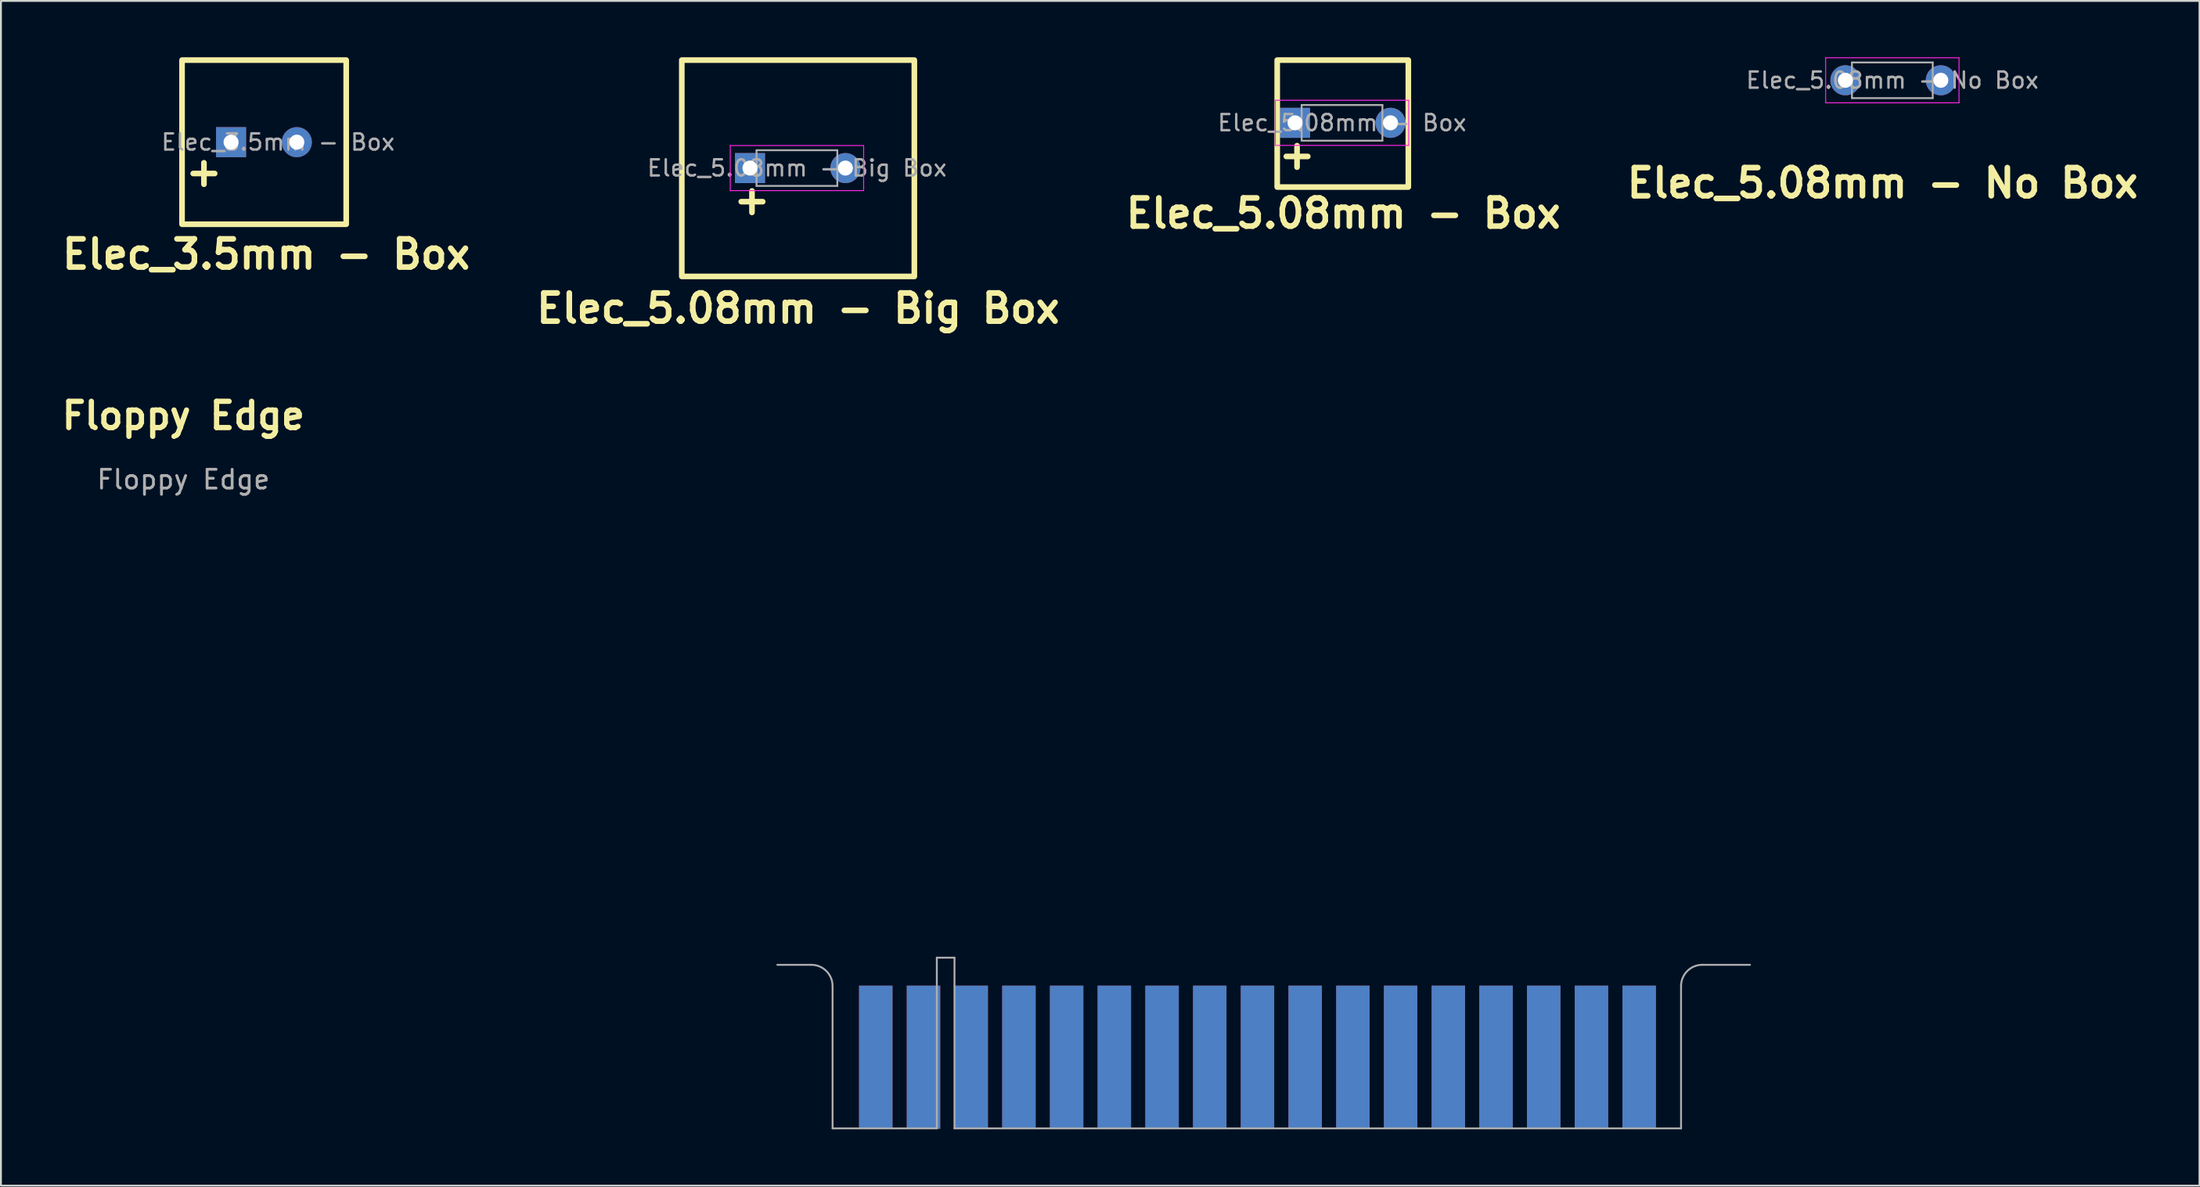
<source format=kicad_pcb>
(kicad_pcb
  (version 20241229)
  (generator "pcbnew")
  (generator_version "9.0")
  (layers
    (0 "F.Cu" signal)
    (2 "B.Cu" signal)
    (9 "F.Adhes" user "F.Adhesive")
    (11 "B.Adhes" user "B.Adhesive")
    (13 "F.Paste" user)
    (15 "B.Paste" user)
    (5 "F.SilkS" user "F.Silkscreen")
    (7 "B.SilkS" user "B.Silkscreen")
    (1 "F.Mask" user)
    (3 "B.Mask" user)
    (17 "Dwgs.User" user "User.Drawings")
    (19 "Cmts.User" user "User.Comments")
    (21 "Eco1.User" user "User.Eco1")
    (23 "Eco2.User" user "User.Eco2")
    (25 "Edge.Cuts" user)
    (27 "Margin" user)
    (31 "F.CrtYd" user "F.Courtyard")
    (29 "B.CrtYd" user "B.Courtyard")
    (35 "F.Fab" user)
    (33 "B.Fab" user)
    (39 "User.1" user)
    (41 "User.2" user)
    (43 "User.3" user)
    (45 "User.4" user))
  (footprint "Elec_5.08mm - Box"
    (layer "F.Cu")
    (at 65.894 3.49)
    (property "Reference" "Elec_5.08mm - Box" (at 2.57 4.82 0) (layer "F.SilkS") (effects (font (size 1.5 1.5) (thickness 0.3) (bold yes))))
    (attr through_hole)
    (fp_rect (start -0.95 -3.34) (end 6.03 3.42) (stroke (width 0.3) (type default)) (fill no) (layer "F.SilkS"))
    (fp_line (start -1.05 -1.2) (end -1.05 1.2) (stroke (width 0.05) (type solid)) (layer "F.CrtYd"))
    (fp_line (start -1.05 1.2) (end 6.05 1.2) (stroke (width 0.05) (type solid)) (layer "F.CrtYd"))
    (fp_line (start 6.05 -1.2) (end -1.05 -1.2) (stroke (width 0.05) (type solid)) (layer "F.CrtYd"))
    (fp_line (start 6.05 1.2) (end 6.05 -1.2) (stroke (width 0.05) (type solid)) (layer "F.CrtYd"))
    (fp_line (start 0.35 -0.95) (end 0.35 0.95) (stroke (width 0.1) (type solid)) (layer "F.Fab"))
    (fp_line (start 0.35 0.95) (end 4.65 0.95) (stroke (width 0.1) (type solid)) (layer "F.Fab"))
    (fp_line (start 4.65 -0.95) (end 0.35 -0.95) (stroke (width 0.1) (type solid)) (layer "F.Fab"))
    (fp_line (start 4.65 0.95) (end 4.65 -0.95) (stroke (width 0.1) (type solid)) (layer "F.Fab"))
    (fp_text user "+" (at -1.02 2.56 0) (unlocked yes) (layer "F.SilkS") (effects (font (size 1.5 1.5) (thickness 0.3) (bold yes)) (justify left bottom)))
    (fp_text user "${REFERENCE}" (at 2.5 0 0) (layer "F.Fab") (effects (font (size 0.86 0.86) (thickness 0.129))))
    (pad "1" thru_hole rect (at 0 0) (size 1.6 1.6) (drill 0.8) (layers "*.Cu" "*.Mask"))
    (pad "2" thru_hole circle (at 5.08 0) (size 1.6 1.6) (drill 0.8) (layers "*.Cu" "*.Mask")))
  (footprint "Elec_5.08mm - Big Box"
    (layer "F.Cu")
    (at 36.876 5.9)
    (property "Reference" "Elec_5.08mm - Big Box" (at 2.56 7.47 0) (layer "F.SilkS") (effects (font (size 1.5 1.5) (thickness 0.3) (bold yes))))
    (attr through_hole)
    (fp_rect (start -3.63 -5.75) (end 8.75 5.77) (stroke (width 0.3) (type default)) (fill no) (layer "F.SilkS"))
    (fp_line (start -1.05 -1.2) (end -1.05 1.2) (stroke (width 0.05) (type solid)) (layer "F.CrtYd"))
    (fp_line (start -1.05 1.2) (end 6.05 1.2) (stroke (width 0.05) (type solid)) (layer "F.CrtYd"))
    (fp_line (start 6.05 -1.2) (end -1.05 -1.2) (stroke (width 0.05) (type solid)) (layer "F.CrtYd"))
    (fp_line (start 6.05 1.2) (end 6.05 -1.2) (stroke (width 0.05) (type solid)) (layer "F.CrtYd"))
    (fp_line (start 0.35 -0.95) (end 0.35 0.95) (stroke (width 0.1) (type solid)) (layer "F.Fab"))
    (fp_line (start 0.35 0.95) (end 4.65 0.95) (stroke (width 0.1) (type solid)) (layer "F.Fab"))
    (fp_line (start 4.65 -0.95) (end 0.35 -0.95) (stroke (width 0.1) (type solid)) (layer "F.Fab"))
    (fp_line (start 4.65 0.95) (end 4.65 -0.95) (stroke (width 0.1) (type solid)) (layer "F.Fab"))
    (fp_text user "+" (at -1.02 2.56 0) (unlocked yes) (layer "F.SilkS") (effects (font (size 1.5 1.5) (thickness 0.3) (bold yes)) (justify left bottom)))
    (fp_text user "${REFERENCE}" (at 2.5 0 0) (layer "F.Fab") (effects (font (size 0.86 0.86) (thickness 0.129))))
    (pad "1" thru_hole rect (at 0 0) (size 1.6 1.6) (drill 0.8) (layers "*.Cu" "*.Mask"))
    (pad "2" thru_hole circle (at 5.08 0) (size 1.6 1.6) (drill 0.8) (layers "*.Cu" "*.Mask")))
  (footprint "Elec_3.5mm - Box"
    (layer "F.Cu")
    (at 9.251 4.52)
    (property "Reference" "Elec_3.5mm - Box" (at 1.87 5.97 0) (layer "F.SilkS") (effects (font (size 1.5 1.5) (thickness 0.3) (bold yes))))
    (attr through_hole)
    (fp_rect (start -2.61 -4.37) (end 6.13 4.37) (stroke (width 0.3) (type default)) (fill no) (layer "F.SilkS"))
    (fp_text user "+" (at -2.57 2.44 0) (unlocked yes) (layer "F.SilkS") (effects (font (size 1.5 1.5) (thickness 0.3) (bold yes)) (justify left bottom)))
    (fp_text user "${REFERENCE}" (at 2.5 0 0) (layer "F.Fab") (effects (font (size 0.86 0.86) (thickness 0.129))))
    (pad "1" thru_hole rect (at 0 0) (size 1.6 1.6) (drill 0.8) (layers "*.Cu" "*.Mask"))
    (pad "2" thru_hole circle (at 3.5 0) (size 1.6 1.6) (drill 0.8) (layers "*.Cu" "*.Mask")))
  (footprint "Floppy Edge"
    (layer "F.Cu")
    (at 43.573 53.244)
    (property "Reference" "Floppy Edge" (at -36.86 -34.16 0) (unlocked yes) (layer "F.SilkS") (effects (font (size 1.4 1.4) (thickness 0.28))))
    (attr through_hole)
    (fp_line (start -3.43 -4.92) (end -5.24 -4.92) (stroke (width 0.1) (type default)) (layer "F.Fab"))
    (fp_line (start -2.3 -3.79) (end -2.3 3.79) (stroke (width 0.1) (type default)) (layer "F.Fab"))
    (fp_line (start -2.3 3.79) (end 3.25 3.79) (stroke (width 0.1) (type default)) (layer "F.Fab"))
    (fp_line (start 3.25 -5.3) (end 4.19 -5.3) (stroke (width 0.1) (type default)) (layer "F.Fab"))
    (fp_line (start 3.25 3.79) (end 3.25 -5.3) (stroke (width 0.1) (type default)) (layer "F.Fab"))
    (fp_line (start 4.19 -5.3) (end 4.19 3.79) (stroke (width 0.1) (type default)) (layer "F.Fab"))
    (fp_line (start 4.19 3.79) (end 42.87 3.79) (stroke (width 0.1) (type default)) (layer "F.Fab"))
    (fp_line (start 42.87 3.79) (end 42.87 -3.79) (stroke (width 0.1) (type default)) (layer "F.Fab"))
    (fp_line (start 44 -4.92) (end 46.54 -4.92) (stroke (width 0.1) (type default)) (layer "F.Fab"))
    (fp_arc (start -3.430044 -4.920044) (mid -2.630982 -4.589062) (end -2.3 -3.79) (stroke (width 0.1) (type default)) (layer "F.Fab"))
    (fp_arc (start 42.87 -3.79) (mid 43.200982 -4.589062) (end 44.000044 -4.920044) (stroke (width 0.1) (type default)) (layer "F.Fab"))
    (fp_text user "${REFERENCE}" (at -36.86 -30.76 0) (unlocked yes) (layer "F.Fab") (effects (font (size 1 1) (thickness 0.15))))
    (pad "1" connect rect (at 0 0 180) (size 1.78 7.62) (layers "B.Cu" "B.Mask"))
    (pad "2" connect rect (at 0 0 180) (size 1.78 7.62) (layers "F.Cu" "F.Mask"))
    (pad "3" connect rect (at 2.54 0 180) (size 1.78 7.62) (layers "B.Cu" "B.Mask"))
    (pad "4" connect rect (at 2.54 0 180) (size 1.78 7.62) (layers "F.Cu" "F.Mask"))
    (pad "5" connect rect (at 5.08 0 180) (size 1.78 7.62) (layers "B.Cu" "B.Mask"))
    (pad "6" connect rect (at 5.08 0 180) (size 1.78 7.62) (layers "F.Cu" "F.Mask"))
    (pad "7" connect rect (at 7.62 0 180) (size 1.78 7.62) (layers "B.Cu" "B.Mask"))
    (pad "8" connect rect (at 7.62 0 180) (size 1.78 7.62) (layers "F.Cu" "F.Mask"))
    (pad "9" connect rect (at 10.16 0 180) (size 1.78 7.62) (layers "B.Cu" "B.Mask"))
    (pad "10" connect rect (at 10.16 0 180) (size 1.78 7.62) (layers "F.Cu" "F.Mask"))
    (pad "11" connect rect (at 12.7 0 180) (size 1.78 7.62) (layers "B.Cu" "B.Mask"))
    (pad "12" connect rect (at 12.7 0 180) (size 1.78 7.62) (layers "F.Cu" "F.Mask"))
    (pad "13" connect rect (at 15.24 0 180) (size 1.78 7.62) (layers "B.Cu" "B.Mask"))
    (pad "14" connect rect (at 15.24 0 180) (size 1.78 7.62) (layers "F.Cu" "F.Mask"))
    (pad "15" connect rect (at 17.78 0 180) (size 1.78 7.62) (layers "B.Cu" "B.Mask"))
    (pad "16" connect rect (at 17.78 0 180) (size 1.78 7.62) (layers "F.Cu" "F.Mask"))
    (pad "17" connect rect (at 20.32 0 180) (size 1.78 7.62) (layers "B.Cu" "B.Mask"))
    (pad "18" connect rect (at 20.32 0 180) (size 1.78 7.62) (layers "F.Cu" "F.Mask"))
    (pad "19" connect rect (at 22.86 0 180) (size 1.78 7.62) (layers "B.Cu" "B.Mask"))
    (pad "20" connect rect (at 22.86 0 180) (size 1.78 7.62) (layers "F.Cu" "F.Mask"))
    (pad "21" connect rect (at 25.4 0 180) (size 1.78 7.62) (layers "B.Cu" "B.Mask"))
    (pad "22" connect rect (at 25.4 0 180) (size 1.78 7.62) (layers "F.Cu" "F.Mask"))
    (pad "23" connect rect (at 27.94 0 180) (size 1.78 7.62) (layers "B.Cu" "B.Mask"))
    (pad "24" connect rect (at 27.94 0 180) (size 1.78 7.62) (layers "F.Cu" "F.Mask"))
    (pad "25" connect rect (at 30.48 0 180) (size 1.78 7.62) (layers "B.Cu" "B.Mask"))
    (pad "26" connect rect (at 30.48 0 180) (size 1.78 7.62) (layers "F.Cu" "F.Mask"))
    (pad "27" connect rect (at 33.02 0 180) (size 1.78 7.62) (layers "B.Cu" "B.Mask"))
    (pad "28" connect rect (at 33.02 0 180) (size 1.78 7.62) (layers "F.Cu" "F.Mask"))
    (pad "29" connect rect (at 35.56 0 180) (size 1.78 7.62) (layers "B.Cu" "B.Mask"))
    (pad "30" connect rect (at 35.56 0 180) (size 1.78 7.62) (layers "F.Cu" "F.Mask"))
    (pad "31" connect rect (at 38.1 0 180) (size 1.78 7.62) (layers "B.Cu" "B.Mask"))
    (pad "32" connect rect (at 38.1 0 180) (size 1.78 7.62) (layers "F.Cu" "F.Mask"))
    (pad "33" connect rect (at 40.64 0 180) (size 1.78 7.62) (layers "B.Cu" "B.Mask"))
    (pad "34" connect rect (at 40.64 0 180) (size 1.78 7.62) (layers "F.Cu" "F.Mask")))
  (footprint "Elec_5.08mm - No Box"
    (layer "F.Cu")
    (at 95.191 1.225)
    (property "Reference" "Elec_5.08mm - No Box" (at 1.98 5.47 0) (layer "F.SilkS") (effects (font (size 1.5 1.5) (thickness 0.3) (bold yes))))
    (attr through_hole)
    (fp_line (start -1.05 -1.2) (end -1.05 1.2) (stroke (width 0.05) (type solid)) (layer "F.CrtYd"))
    (fp_line (start -1.05 1.2) (end 6.05 1.2) (stroke (width 0.05) (type solid)) (layer "F.CrtYd"))
    (fp_line (start 6.05 -1.2) (end -1.05 -1.2) (stroke (width 0.05) (type solid)) (layer "F.CrtYd"))
    (fp_line (start 6.05 1.2) (end 6.05 -1.2) (stroke (width 0.05) (type solid)) (layer "F.CrtYd"))
    (fp_line (start 0.35 -0.95) (end 0.35 0.95) (stroke (width 0.1) (type solid)) (layer "F.Fab"))
    (fp_line (start 0.35 0.95) (end 4.65 0.95) (stroke (width 0.1) (type solid)) (layer "F.Fab"))
    (fp_line (start 4.65 -0.95) (end 0.35 -0.95) (stroke (width 0.1) (type solid)) (layer "F.Fab"))
    (fp_line (start 4.65 0.95) (end 4.65 -0.95) (stroke (width 0.1) (type solid)) (layer "F.Fab"))
    (fp_text user "${REFERENCE}" (at 2.5 0 0) (layer "F.Fab") (effects (font (size 0.86 0.86) (thickness 0.129))))
    (pad "1" thru_hole circle (at 0 0) (size 1.6 1.6) (drill 0.8) (layers "*.Cu" "*.Mask"))
    (pad "2" thru_hole circle (at 5.08 0) (size 1.6 1.6) (drill 0.8) (layers "*.Cu" "*.Mask")))
  (gr_rect
    (start -3 -3)
    (end 114.043 60.084)
    (stroke (width 0.1) (type default))
    (fill no)
    (layer "Edge.Cuts")))
</source>
